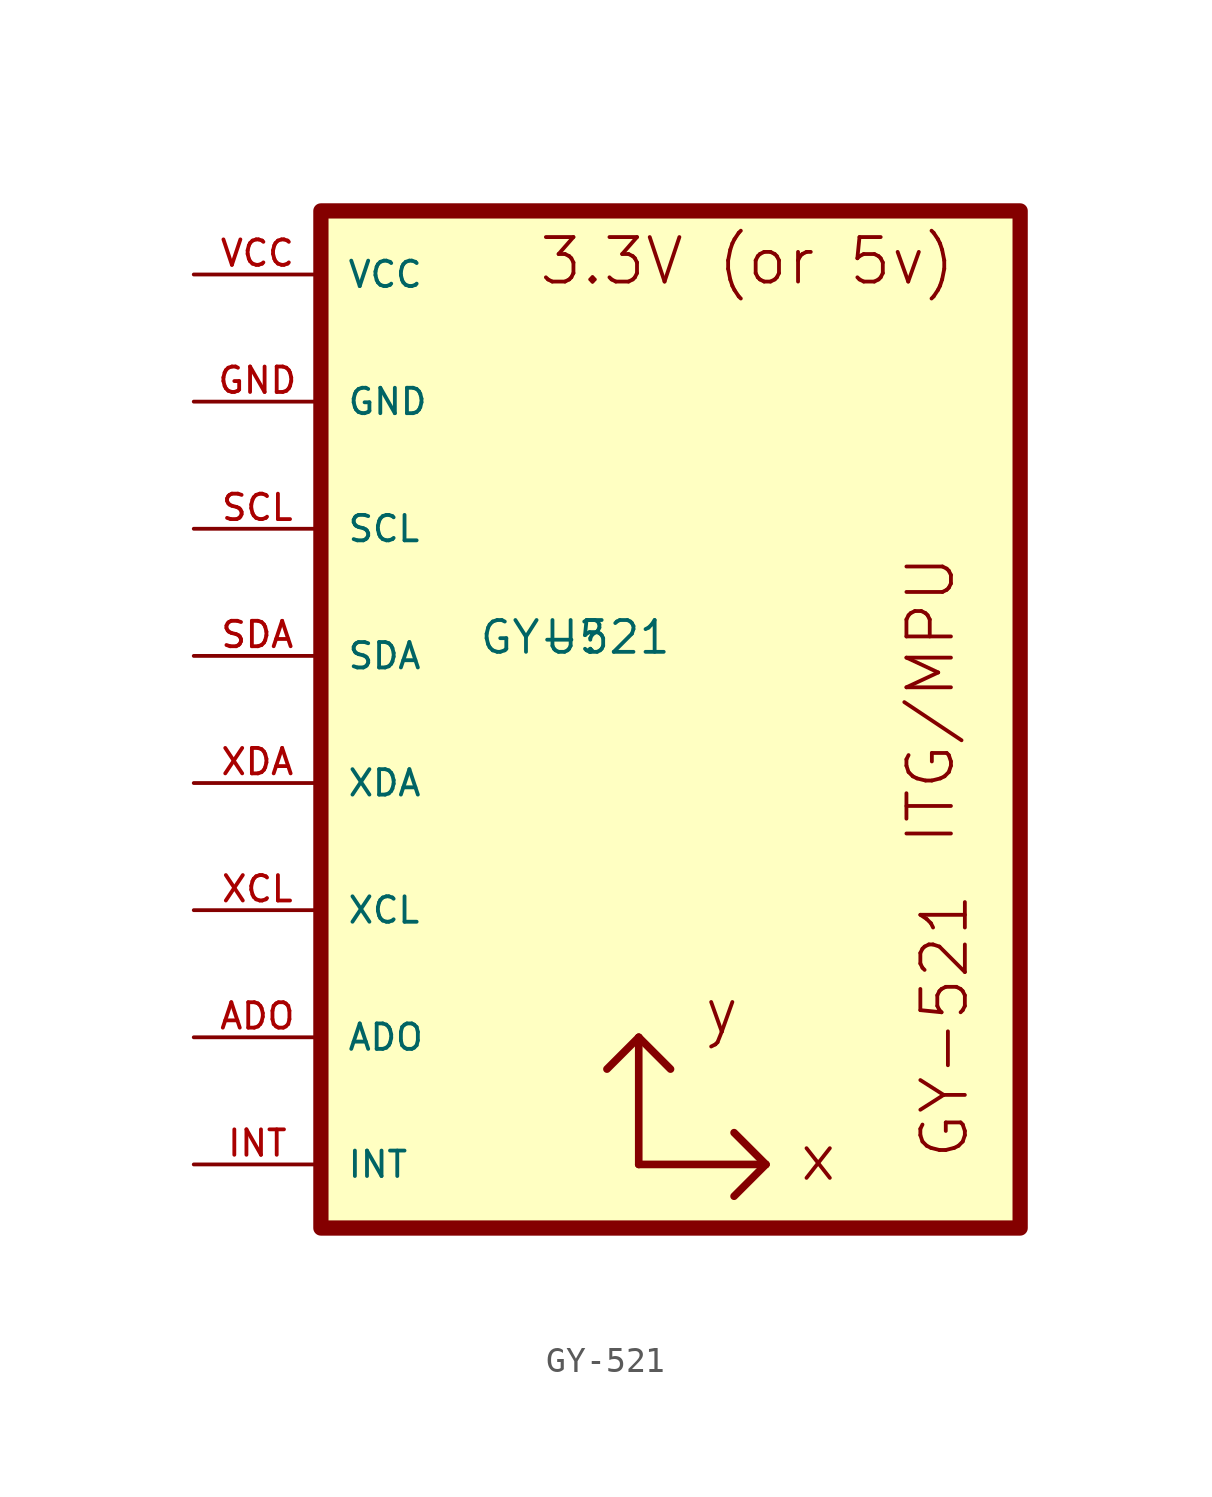
<source format=kicad_sym>
(kicad_symbol_lib
  (version 20211014)
  (generator kicad_symbol_editor)
  (symbol "GY-521"
    (pin_names
      (offset 1.016))
    (property "Reference" "U"
      (at 0 0 0)
      (effects (font (size 1.27 1.27)) (justify bottom)))
    (property "Value" "GY-521"
      (at 0 0.0 0)
      (effects (font (size 1.27 1.27)) (justify bottom)))
    (symbol "GY-521_0_0"
      (text "GY-521" (at 13.716 -9.398 900) (effects (font (size 1.778 1.778)) (justify top right)))
      (text "ITG/MPU" (at 15.24 -7.62 900) (effects (font (size 1.778 1.778)) (justify bottom left)))
      (polyline (pts (xy 2.54 -20.32) (xy 7.62 -20.32)) (stroke (width 0.305)))
      (polyline (pts (xy 7.62 -20.32) (xy 6.35 -19.05)) (stroke (width 0.305)))
      (polyline (pts (xy 7.62 -20.32) (xy 6.35 -21.59)) (stroke (width 0.305)))
      (polyline (pts (xy 2.54 -20.32) (xy 2.54 -15.24)) (stroke (width 0.305)))
      (polyline (pts (xy 2.54 -15.24) (xy 1.27 -16.51)) (stroke (width 0.305)))
      (polyline (pts (xy 2.54 -15.24) (xy 3.81 -16.51)) (stroke (width 0.305)))
      (text "x" (at 8.89 -21.082 0) (effects (font (size 1.778 1.778)) (justify bottom left)))
      (text "y" (at 5.08 -15.24 0) (effects (font (size 1.778 1.778)) (justify bottom left)))
      (text "3.3V (or 5v)" (at -1.524 14.732 0) (effects (font (size 1.778 1.778)) (justify bottom left)))
      (rectangle (start -10.16 -22.86) (end 17.78 17.78) (stroke (width 0.61)) (fill (type background)))
      (pin bidirectional line (at -15.24 15.24 0) (length 5.08) (name "VCC" (effects (font (size 1.016 1.016)))) (number "VCC" (effects (font (size 1.016 1.016)))))
      (pin bidirectional line (at -15.24 10.16 0) (length 5.08) (name "GND" (effects (font (size 1.016 1.016)))) (number "GND" (effects (font (size 1.016 1.016)))))
      (pin bidirectional line (at -15.24 5.08 0) (length 5.08) (name "SCL" (effects (font (size 1.016 1.016)))) (number "SCL" (effects (font (size 1.016 1.016)))))
      (pin bidirectional line (at -15.24 0.0 0) (length 5.08) (name "SDA" (effects (font (size 1.016 1.016)))) (number "SDA" (effects (font (size 1.016 1.016)))))
      (pin bidirectional line (at -15.24 -5.08 0) (length 5.08) (name "XDA" (effects (font (size 1.016 1.016)))) (number "XDA" (effects (font (size 1.016 1.016)))))
      (pin bidirectional line (at -15.24 -10.16 0) (length 5.08) (name "XCL" (effects (font (size 1.016 1.016)))) (number "XCL" (effects (font (size 1.016 1.016)))))
      (pin bidirectional line (at -15.24 -15.24 0) (length 5.08) (name "ADO" (effects (font (size 1.016 1.016)))) (number "ADO" (effects (font (size 1.016 1.016)))))
      (pin bidirectional line (at -15.24 -20.32 0) (length 5.08) (name "INT" (effects (font (size 1.016 1.016)))) (number "INT" (effects (font (size 1.016 1.016))))))))
</source>
